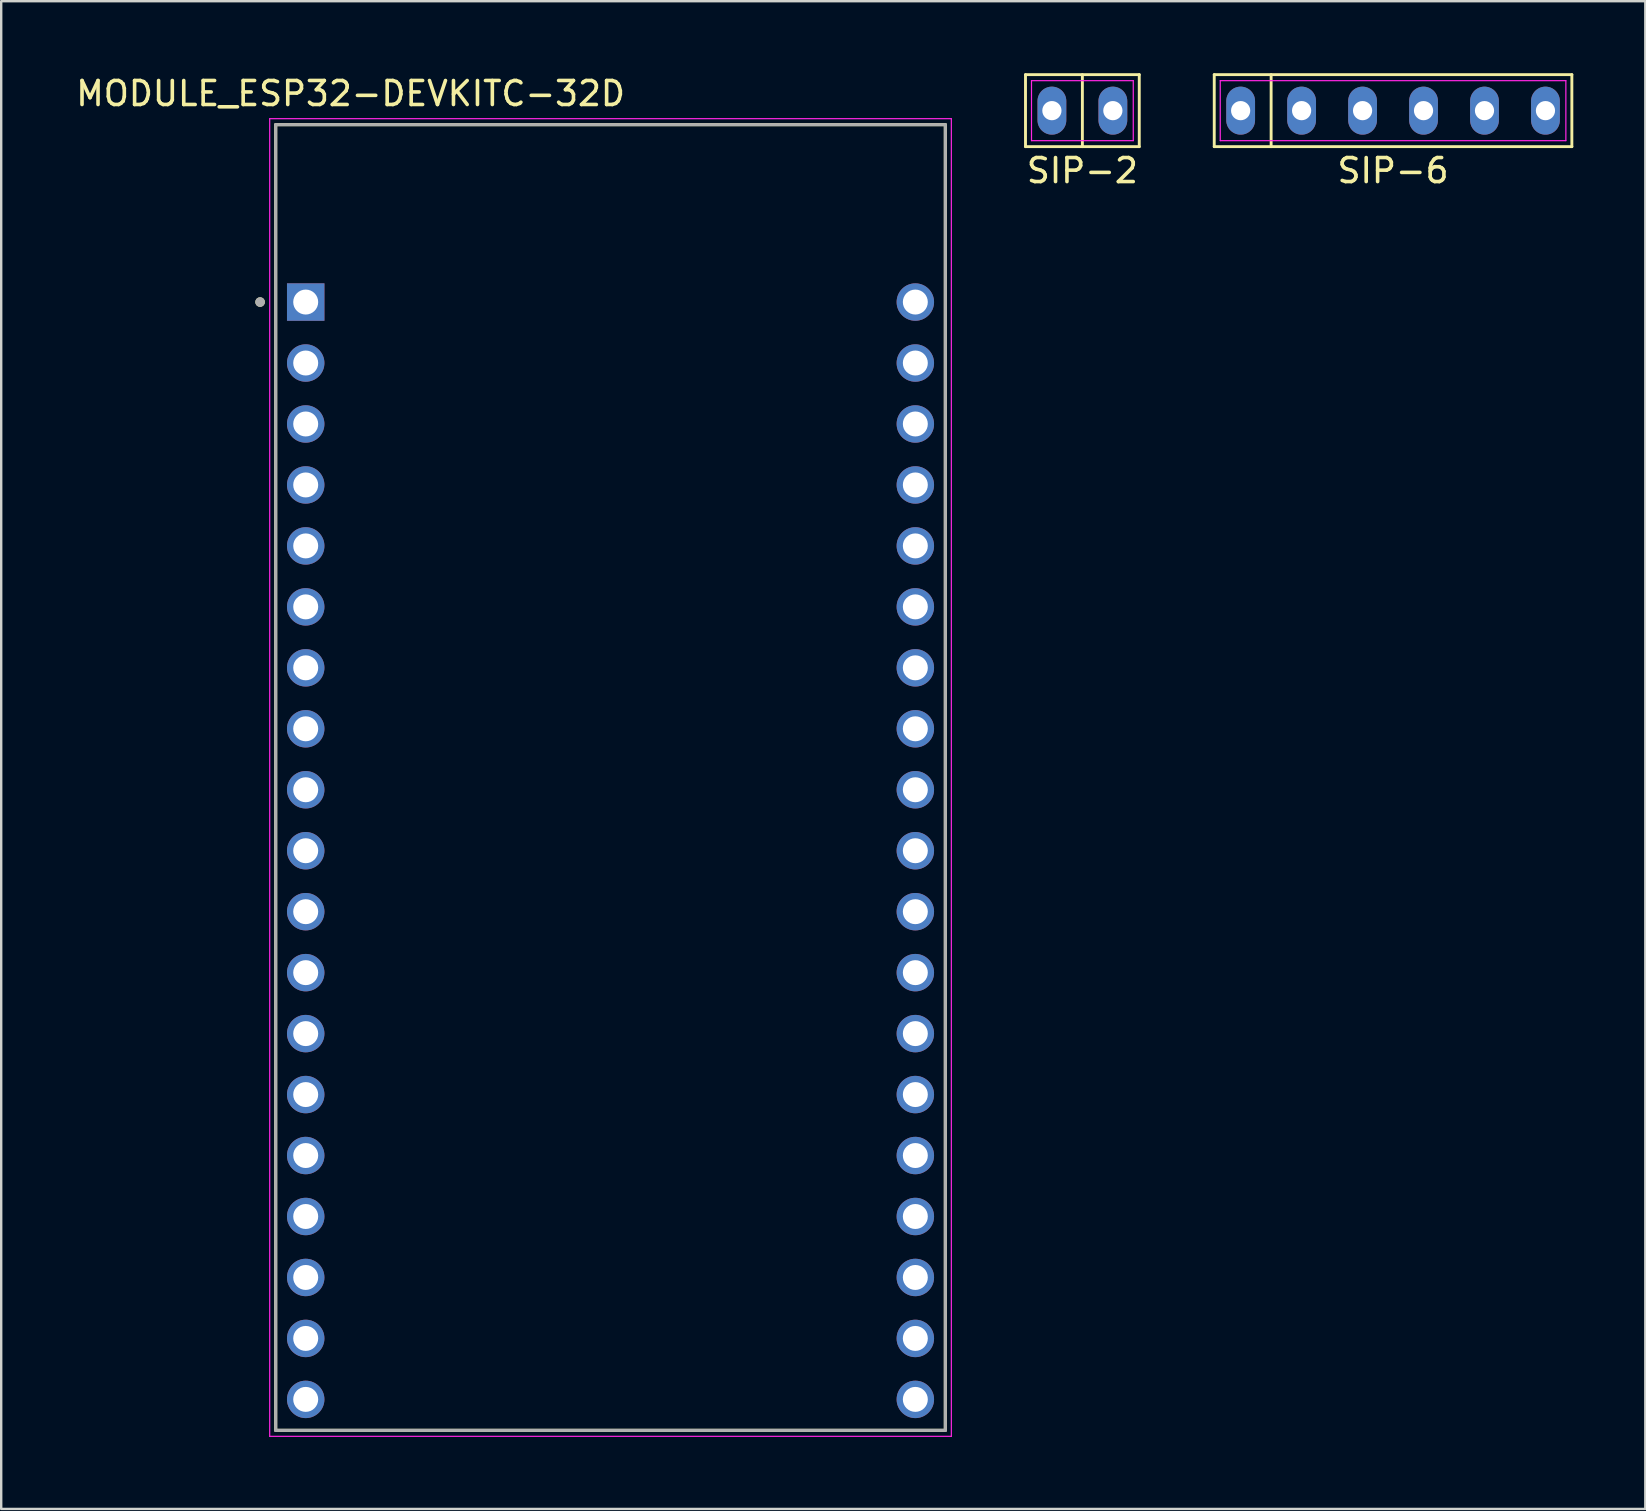
<source format=kicad_pcb>
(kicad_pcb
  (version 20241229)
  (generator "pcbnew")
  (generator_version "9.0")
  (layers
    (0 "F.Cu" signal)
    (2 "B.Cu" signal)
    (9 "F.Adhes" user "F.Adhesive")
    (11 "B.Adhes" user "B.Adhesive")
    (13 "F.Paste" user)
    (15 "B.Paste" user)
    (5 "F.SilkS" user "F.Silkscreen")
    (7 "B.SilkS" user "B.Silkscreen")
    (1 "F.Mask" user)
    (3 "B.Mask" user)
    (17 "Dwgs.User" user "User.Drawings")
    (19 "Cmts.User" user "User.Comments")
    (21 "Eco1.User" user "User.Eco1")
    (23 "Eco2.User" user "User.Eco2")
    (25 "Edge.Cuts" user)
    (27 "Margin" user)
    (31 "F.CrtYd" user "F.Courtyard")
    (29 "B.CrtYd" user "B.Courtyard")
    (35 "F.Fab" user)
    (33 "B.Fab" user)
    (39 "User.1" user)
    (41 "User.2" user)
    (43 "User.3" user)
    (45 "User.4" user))
  (footprint "SIP-6"
    (layer "F.Cu")
    (at 54.991 1.56)
    (property "Reference" "SIP-6" (at 0 2.5 0) (layer "F.SilkS") (effects (font (size 1 1) (thickness 0.15))))
    (fp_line (start -7.45 -1.5) (end 7.45 -1.5) (stroke (width 0.12) (type default)) (layer "F.SilkS"))
    (fp_line (start -7.45 1.5) (end -7.45 -1.5) (stroke (width 0.12) (type default)) (layer "F.SilkS"))
    (fp_line (start -5.08 -1.5) (end -5.08 1.5) (stroke (width 0.12) (type default)) (layer "F.SilkS"))
    (fp_line (start 7.45 -1.5) (end 7.45 1.5) (stroke (width 0.12) (type default)) (layer "F.SilkS"))
    (fp_line (start 7.45 1.5) (end -7.45 1.5) (stroke (width 0.12) (type default)) (layer "F.SilkS"))
    (fp_line (start -7.2 -1.25) (end 7.2 -1.25) (stroke (width 0.05) (type default)) (layer "F.CrtYd"))
    (fp_line (start -7.2 1.25) (end -7.2 -1.25) (stroke (width 0.05) (type default)) (layer "F.CrtYd"))
    (fp_line (start 7.2 -1.25) (end 7.2 1.25) (stroke (width 0.05) (type default)) (layer "F.CrtYd"))
    (fp_line (start 7.2 1.25) (end -7.2 1.25) (stroke (width 0.05) (type default)) (layer "F.CrtYd"))
    (pad "1" thru_hole oval (at -6.35 0) (size 1.2 2) (drill 0.8) (layers "*.Cu" "*.Mask"))
    (pad "2" thru_hole oval (at -3.81 0) (size 1.2 2) (drill 0.8) (layers "*.Cu" "*.Mask"))
    (pad "3" thru_hole oval (at -1.27 0) (size 1.2 2) (drill 0.8) (layers "*.Cu" "*.Mask"))
    (pad "4" thru_hole oval (at 1.27 0) (size 1.2 2) (drill 0.8) (layers "*.Cu" "*.Mask"))
    (pad "5" thru_hole oval (at 3.81 0) (size 1.2 2) (drill 0.8) (layers "*.Cu" "*.Mask"))
    (pad "6" thru_hole oval (at 6.35 0) (size 1.2 2) (drill 0.8) (layers "*.Cu" "*.Mask")))
  (footprint "SIP-2"
    (layer "F.Cu")
    (at 42.047 1.56)
    (property "Reference" "SIP-2" (at 0 2.5 0) (layer "F.SilkS") (effects (font (size 1 1) (thickness 0.15))))
    (fp_line (start -2.37 -1.5) (end 2.37 -1.5) (stroke (width 0.12) (type default)) (layer "F.SilkS"))
    (fp_line (start -2.37 1.5) (end -2.37 -1.5) (stroke (width 0.12) (type default)) (layer "F.SilkS"))
    (fp_line (start 0 -1.5) (end 0 1.5) (stroke (width 0.12) (type default)) (layer "F.SilkS"))
    (fp_line (start 2.37 -1.5) (end 2.37 1.5) (stroke (width 0.12) (type default)) (layer "F.SilkS"))
    (fp_line (start 2.37 1.5) (end -2.37 1.5) (stroke (width 0.12) (type default)) (layer "F.SilkS"))
    (fp_line (start -2.12 -1.25) (end 2.12 -1.25) (stroke (width 0.05) (type default)) (layer "F.CrtYd"))
    (fp_line (start -2.12 1.25) (end -2.12 -1.25) (stroke (width 0.05) (type default)) (layer "F.CrtYd"))
    (fp_line (start 2.12 -1.25) (end 2.12 1.25) (stroke (width 0.05) (type default)) (layer "F.CrtYd"))
    (fp_line (start 2.12 1.25) (end -2.12 1.25) (stroke (width 0.05) (type default)) (layer "F.CrtYd"))
    (pad "1" thru_hole oval (at -1.27 0) (size 1.2 2) (drill 0.8) (layers "*.Cu" "*.Mask"))
    (pad "2" thru_hole oval (at 1.27 0) (size 1.2 2) (drill 0.8) (layers "*.Cu" "*.Mask")))
  (footprint "MODULE_ESP32-DEVKITC-32D"
    (layer "F.Cu")
    (at 22.387 29.295)
    (property "Reference" "MODULE_ESP32-DEVKITC-32D" (at -10.829 -28.446 0) (layer "F.SilkS") (effects (font (size 1 1) (thickness 0.15))))
    (attr through_hole)
    (fp_line (start -13.95 -27.15) (end 13.95 -27.15) (stroke (width 0.127) (type solid)) (layer "F.SilkS"))
    (fp_line (start -13.95 27.25) (end -13.95 -27.15) (stroke (width 0.127) (type solid)) (layer "F.SilkS"))
    (fp_line (start 13.95 -27.15) (end 13.95 27.25) (stroke (width 0.127) (type solid)) (layer "F.SilkS"))
    (fp_line (start 13.95 27.25) (end -13.95 27.25) (stroke (width 0.127) (type solid)) (layer "F.SilkS"))
    (fp_circle (center -14.6 -19.76) (end -14.5 -19.76) (stroke (width 0.2) (type solid)) (fill no) (layer "F.SilkS"))
    (fp_line (start -14.2 -27.4) (end 14.2 -27.4) (stroke (width 0.05) (type solid)) (layer "F.CrtYd"))
    (fp_line (start -14.2 27.5) (end -14.2 -27.4) (stroke (width 0.05) (type solid)) (layer "F.CrtYd"))
    (fp_line (start 14.2 -27.4) (end 14.2 27.5) (stroke (width 0.05) (type solid)) (layer "F.CrtYd"))
    (fp_line (start 14.2 27.5) (end -14.2 27.5) (stroke (width 0.05) (type solid)) (layer "F.CrtYd"))
    (fp_line (start -13.95 -27.15) (end 13.95 -27.15) (stroke (width 0.127) (type solid)) (layer "F.Fab"))
    (fp_line (start -13.95 27.25) (end -13.95 -27.15) (stroke (width 0.127) (type solid)) (layer "F.Fab"))
    (fp_line (start 13.95 -27.15) (end 13.95 27.25) (stroke (width 0.127) (type solid)) (layer "F.Fab"))
    (fp_line (start 13.95 27.25) (end -13.95 27.25) (stroke (width 0.127) (type solid)) (layer "F.Fab"))
    (fp_circle (center -14.6 -19.76) (end -14.5 -19.76) (stroke (width 0.2) (type solid)) (fill no) (layer "F.Fab"))
    (pad "J2-1" thru_hole rect (at -12.7 -19.76) (size 1.56 1.56) (drill 1.04) (layers "*.Cu" "*.Mask"))
    (pad "J2-2" thru_hole circle (at -12.7 -17.22) (size 1.56 1.56) (drill 1.04) (layers "*.Cu" "*.Mask"))
    (pad "J2-3" thru_hole circle (at -12.7 -14.68) (size 1.56 1.56) (drill 1.04) (layers "*.Cu" "*.Mask"))
    (pad "J2-4" thru_hole circle (at -12.7 -12.14) (size 1.56 1.56) (drill 1.04) (layers "*.Cu" "*.Mask"))
    (pad "J2-5" thru_hole circle (at -12.7 -9.6) (size 1.56 1.56) (drill 1.04) (layers "*.Cu" "*.Mask"))
    (pad "J2-6" thru_hole circle (at -12.7 -7.06) (size 1.56 1.56) (drill 1.04) (layers "*.Cu" "*.Mask"))
    (pad "J2-7" thru_hole circle (at -12.7 -4.52) (size 1.56 1.56) (drill 1.04) (layers "*.Cu" "*.Mask"))
    (pad "J2-8" thru_hole circle (at -12.7 -1.98) (size 1.56 1.56) (drill 1.04) (layers "*.Cu" "*.Mask"))
    (pad "J2-9" thru_hole circle (at -12.7 0.56) (size 1.56 1.56) (drill 1.04) (layers "*.Cu" "*.Mask"))
    (pad "J2-10" thru_hole circle (at -12.7 3.1) (size 1.56 1.56) (drill 1.04) (layers "*.Cu" "*.Mask"))
    (pad "J2-11" thru_hole circle (at -12.7 5.64) (size 1.56 1.56) (drill 1.04) (layers "*.Cu" "*.Mask"))
    (pad "J2-12" thru_hole circle (at -12.7 8.18) (size 1.56 1.56) (drill 1.04) (layers "*.Cu" "*.Mask"))
    (pad "J2-13" thru_hole circle (at -12.7 10.72) (size 1.56 1.56) (drill 1.04) (layers "*.Cu" "*.Mask"))
    (pad "J2-14" thru_hole circle (at -12.7 13.26) (size 1.56 1.56) (drill 1.04) (layers "*.Cu" "*.Mask"))
    (pad "J2-15" thru_hole circle (at -12.7 15.8) (size 1.56 1.56) (drill 1.04) (layers "*.Cu" "*.Mask"))
    (pad "J2-16" thru_hole circle (at -12.7 18.34) (size 1.56 1.56) (drill 1.04) (layers "*.Cu" "*.Mask"))
    (pad "J2-17" thru_hole circle (at -12.7 20.88) (size 1.56 1.56) (drill 1.04) (layers "*.Cu" "*.Mask"))
    (pad "J2-18" thru_hole circle (at -12.7 23.42) (size 1.56 1.56) (drill 1.04) (layers "*.Cu" "*.Mask"))
    (pad "J2-19" thru_hole circle (at -12.7 25.96) (size 1.56 1.56) (drill 1.04) (layers "*.Cu" "*.Mask"))
    (pad "J3-1" thru_hole circle (at 12.7 -19.76) (size 1.56 1.56) (drill 1.04) (layers "*.Cu" "*.Mask"))
    (pad "J3-2" thru_hole circle (at 12.7 -17.22) (size 1.56 1.56) (drill 1.04) (layers "*.Cu" "*.Mask"))
    (pad "J3-3" thru_hole circle (at 12.7 -14.68) (size 1.56 1.56) (drill 1.04) (layers "*.Cu" "*.Mask"))
    (pad "J3-4" thru_hole circle (at 12.7 -12.14) (size 1.56 1.56) (drill 1.04) (layers "*.Cu" "*.Mask"))
    (pad "J3-5" thru_hole circle (at 12.7 -9.6) (size 1.56 1.56) (drill 1.04) (layers "*.Cu" "*.Mask"))
    (pad "J3-6" thru_hole circle (at 12.7 -7.06) (size 1.56 1.56) (drill 1.04) (layers "*.Cu" "*.Mask"))
    (pad "J3-7" thru_hole circle (at 12.7 -4.52) (size 1.56 1.56) (drill 1.04) (layers "*.Cu" "*.Mask"))
    (pad "J3-8" thru_hole circle (at 12.7 -1.98) (size 1.56 1.56) (drill 1.04) (layers "*.Cu" "*.Mask"))
    (pad "J3-9" thru_hole circle (at 12.7 0.56) (size 1.56 1.56) (drill 1.04) (layers "*.Cu" "*.Mask"))
    (pad "J3-10" thru_hole circle (at 12.7 3.1) (size 1.56 1.56) (drill 1.04) (layers "*.Cu" "*.Mask"))
    (pad "J3-11" thru_hole circle (at 12.7 5.64) (size 1.56 1.56) (drill 1.04) (layers "*.Cu" "*.Mask"))
    (pad "J3-12" thru_hole circle (at 12.7 8.18) (size 1.56 1.56) (drill 1.04) (layers "*.Cu" "*.Mask"))
    (pad "J3-13" thru_hole circle (at 12.7 10.72) (size 1.56 1.56) (drill 1.04) (layers "*.Cu" "*.Mask"))
    (pad "J3-14" thru_hole circle (at 12.7 13.26) (size 1.56 1.56) (drill 1.04) (layers "*.Cu" "*.Mask"))
    (pad "J3-15" thru_hole circle (at 12.7 15.8) (size 1.56 1.56) (drill 1.04) (layers "*.Cu" "*.Mask"))
    (pad "J3-16" thru_hole circle (at 12.7 18.34) (size 1.56 1.56) (drill 1.04) (layers "*.Cu" "*.Mask"))
    (pad "J3-17" thru_hole circle (at 12.7 20.88) (size 1.56 1.56) (drill 1.04) (layers "*.Cu" "*.Mask"))
    (pad "J3-18" thru_hole circle (at 12.7 23.42) (size 1.56 1.56) (drill 1.04) (layers "*.Cu" "*.Mask"))
    (pad "J3-19" thru_hole circle (at 12.7 25.96) (size 1.56 1.56) (drill 1.04) (layers "*.Cu" "*.Mask")))
  (gr_rect
    (start -3 -3)
    (end 65.501 59.82)
    (stroke (width 0.1) (type default))
    (fill no)
    (layer "Edge.Cuts")))
</source>
